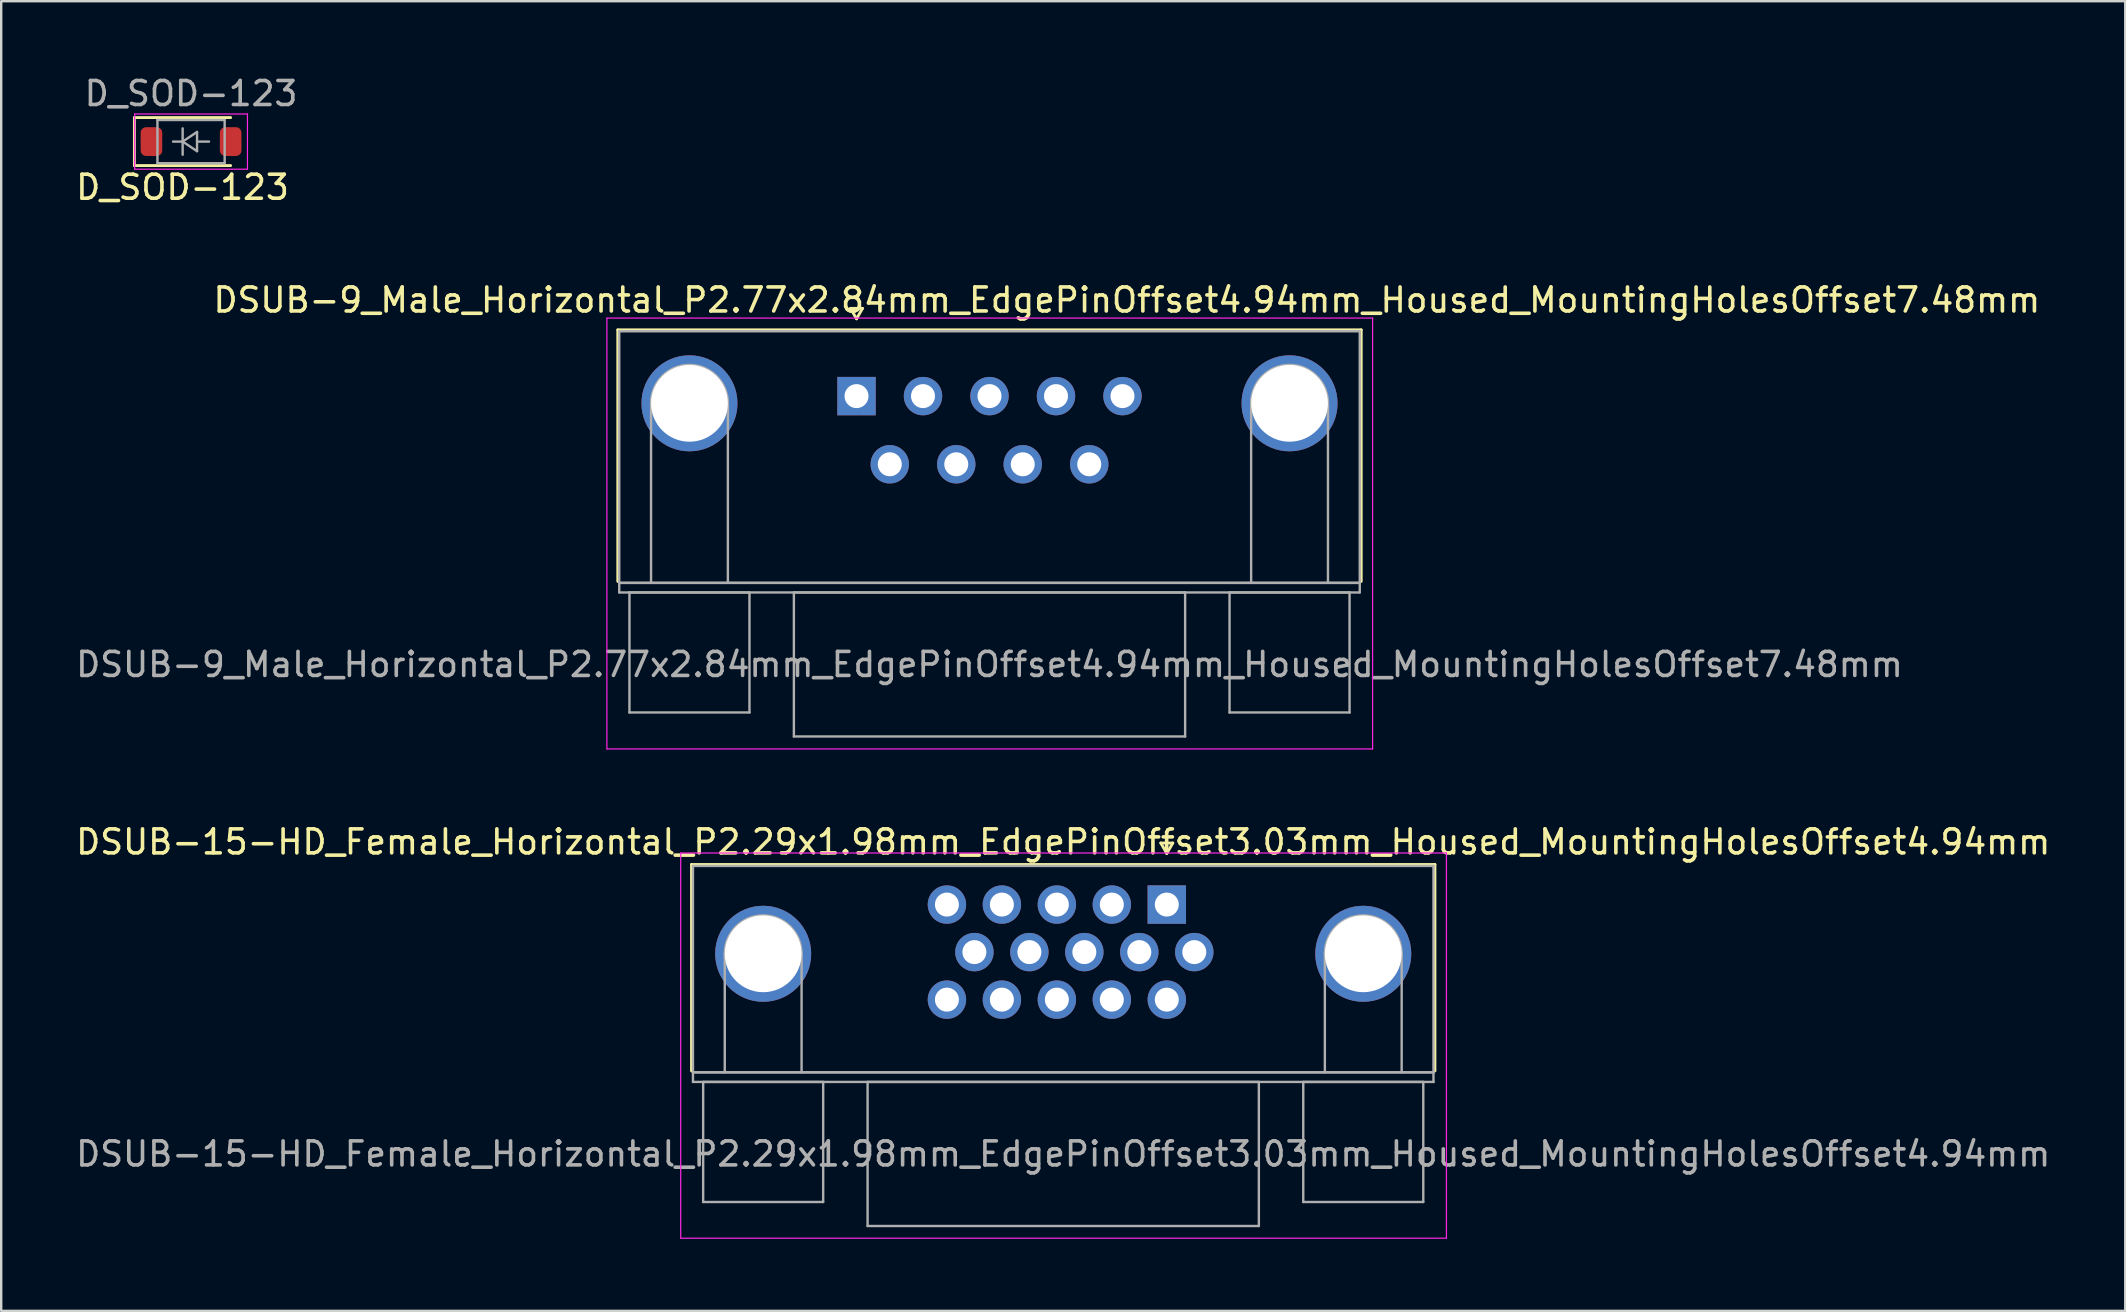
<source format=kicad_pcb>
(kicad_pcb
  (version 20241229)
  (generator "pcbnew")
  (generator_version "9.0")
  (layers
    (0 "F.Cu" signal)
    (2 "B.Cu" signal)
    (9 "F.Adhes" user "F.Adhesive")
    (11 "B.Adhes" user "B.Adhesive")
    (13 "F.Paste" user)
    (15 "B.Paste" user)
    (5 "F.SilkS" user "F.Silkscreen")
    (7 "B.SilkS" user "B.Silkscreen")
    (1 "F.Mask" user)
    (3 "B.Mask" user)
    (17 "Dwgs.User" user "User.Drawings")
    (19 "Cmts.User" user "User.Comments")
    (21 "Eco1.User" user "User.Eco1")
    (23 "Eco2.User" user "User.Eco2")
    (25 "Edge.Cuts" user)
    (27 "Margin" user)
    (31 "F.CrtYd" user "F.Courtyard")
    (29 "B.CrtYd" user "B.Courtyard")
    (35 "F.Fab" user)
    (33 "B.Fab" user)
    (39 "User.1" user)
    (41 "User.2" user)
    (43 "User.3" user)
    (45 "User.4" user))
  (footprint "D_SOD-123"
    (layer "F.Cu")
    (at 4.909 2.848)
    (property "Reference" "D_SOD-123" (at -0.355 1.905 0) (layer "F.SilkS") (effects (font (size 1 1) (thickness 0.15))))
    (attr smd)
    (fp_line (start -2.36 -1) (end -2.36 1) (stroke (width 0.12) (type solid)) (layer "F.SilkS"))
    (fp_line (start -2.36 -1) (end 1.65 -1) (stroke (width 0.12) (type solid)) (layer "F.SilkS"))
    (fp_line (start -2.36 1) (end 1.65 1) (stroke (width 0.12) (type solid)) (layer "F.SilkS"))
    (fp_line (start -2.35 -1.15) (end -2.35 1.15) (stroke (width 0.05) (type solid)) (layer "F.CrtYd"))
    (fp_line (start -2.35 -1.15) (end 2.35 -1.15) (stroke (width 0.05) (type solid)) (layer "F.CrtYd"))
    (fp_line (start 2.35 -1.15) (end 2.35 1.15) (stroke (width 0.05) (type solid)) (layer "F.CrtYd"))
    (fp_line (start 2.35 1.15) (end -2.35 1.15) (stroke (width 0.05) (type solid)) (layer "F.CrtYd"))
    (fp_line (start -1.4 -0.9) (end 1.4 -0.9) (stroke (width 0.1) (type solid)) (layer "F.Fab"))
    (fp_line (start -1.4 0.9) (end -1.4 -0.9) (stroke (width 0.1) (type solid)) (layer "F.Fab"))
    (fp_line (start -0.75 0) (end -0.35 0) (stroke (width 0.1) (type solid)) (layer "F.Fab"))
    (fp_line (start -0.35 0) (end -0.35 -0.55) (stroke (width 0.1) (type solid)) (layer "F.Fab"))
    (fp_line (start -0.35 0) (end -0.35 0.55) (stroke (width 0.1) (type solid)) (layer "F.Fab"))
    (fp_line (start -0.35 0) (end 0.25 -0.4) (stroke (width 0.1) (type solid)) (layer "F.Fab"))
    (fp_line (start 0.25 -0.4) (end 0.25 0.4) (stroke (width 0.1) (type solid)) (layer "F.Fab"))
    (fp_line (start 0.25 0) (end 0.75 0) (stroke (width 0.1) (type solid)) (layer "F.Fab"))
    (fp_line (start 0.25 0.4) (end -0.35 0) (stroke (width 0.1) (type solid)) (layer "F.Fab"))
    (fp_line (start 1.4 -0.9) (end 1.4 0.9) (stroke (width 0.1) (type solid)) (layer "F.Fab"))
    (fp_line (start 1.4 0.9) (end -1.4 0.9) (stroke (width 0.1) (type solid)) (layer "F.Fab"))
    (fp_text user "${REFERENCE}" (at 0 -2 0) (layer "F.Fab") (effects (font (size 1 1) (thickness 0.15))))
    (pad "1" smd roundrect (at -1.65 0) (size 0.9 1.2) (layers "F.Cu" "F.Mask" "F.Paste") (roundrect_rratio 0.25))
    (pad "2" smd roundrect (at 1.65 0) (size 0.9 1.2) (layers "F.Cu" "F.Mask" "F.Paste") (roundrect_rratio 0.25)))
  (footprint "DSUB-9_Male_Horizontal_P2.77x2.84mm_EdgePinOffset4.94mm_Housed_MountingHolesOffset7.48mm"
    (layer "F.Cu")
    (at 32.633 13.452)
    (property "Reference" "DSUB-9_Male_Horizontal_P2.77x2.84mm_EdgePinOffset4.94mm_Housed_MountingHolesOffset7.48mm" (at 11.262 -4.002 0) (layer "F.SilkS") (effects (font (size 1 1) (thickness 0.15))))
    (attr through_hole)
    (fp_line (start -9.945 -2.76) (end 21.025 -2.76) (stroke (width 0.12) (type solid)) (layer "F.SilkS"))
    (fp_line (start -9.945 7.72) (end -9.945 -2.76) (stroke (width 0.12) (type solid)) (layer "F.SilkS"))
    (fp_line (start -0.25 -3.654) (end 0.25 -3.654) (stroke (width 0.12) (type solid)) (layer "F.SilkS"))
    (fp_line (start 0 -3.221) (end -0.25 -3.654) (stroke (width 0.12) (type solid)) (layer "F.SilkS"))
    (fp_line (start 0.25 -3.654) (end 0 -3.221) (stroke (width 0.12) (type solid)) (layer "F.SilkS"))
    (fp_line (start 21.025 -2.76) (end 21.025 7.72) (stroke (width 0.12) (type solid)) (layer "F.SilkS"))
    (fp_line (start -10.4 -3.25) (end -10.4 14.7) (stroke (width 0.05) (type solid)) (layer "F.CrtYd"))
    (fp_line (start -10.4 14.7) (end 21.5 14.7) (stroke (width 0.05) (type solid)) (layer "F.CrtYd"))
    (fp_line (start 21.5 -3.25) (end -10.4 -3.25) (stroke (width 0.05) (type solid)) (layer "F.CrtYd"))
    (fp_line (start 21.5 14.7) (end 21.5 -3.25) (stroke (width 0.05) (type solid)) (layer "F.CrtYd"))
    (fp_line (start -9.885 -2.7) (end -9.885 7.78) (stroke (width 0.1) (type solid)) (layer "F.Fab"))
    (fp_line (start -9.885 7.78) (end -9.885 8.18) (stroke (width 0.1) (type solid)) (layer "F.Fab"))
    (fp_line (start -9.885 7.78) (end 20.965 7.78) (stroke (width 0.1) (type solid)) (layer "F.Fab"))
    (fp_line (start -9.885 8.18) (end 20.965 8.18) (stroke (width 0.1) (type solid)) (layer "F.Fab"))
    (fp_line (start -9.46 8.18) (end -9.46 13.18) (stroke (width 0.1) (type solid)) (layer "F.Fab"))
    (fp_line (start -9.46 13.18) (end -4.46 13.18) (stroke (width 0.1) (type solid)) (layer "F.Fab"))
    (fp_line (start -8.56 7.78) (end -8.56 0.3) (stroke (width 0.1) (type solid)) (layer "F.Fab"))
    (fp_line (start -5.36 7.78) (end -5.36 0.3) (stroke (width 0.1) (type solid)) (layer "F.Fab"))
    (fp_line (start -4.46 8.18) (end -9.46 8.18) (stroke (width 0.1) (type solid)) (layer "F.Fab"))
    (fp_line (start -4.46 13.18) (end -4.46 8.18) (stroke (width 0.1) (type solid)) (layer "F.Fab"))
    (fp_line (start -2.61 8.18) (end -2.61 14.18) (stroke (width 0.1) (type solid)) (layer "F.Fab"))
    (fp_line (start -2.61 14.18) (end 13.69 14.18) (stroke (width 0.1) (type solid)) (layer "F.Fab"))
    (fp_line (start 13.69 8.18) (end -2.61 8.18) (stroke (width 0.1) (type solid)) (layer "F.Fab"))
    (fp_line (start 13.69 14.18) (end 13.69 8.18) (stroke (width 0.1) (type solid)) (layer "F.Fab"))
    (fp_line (start 15.54 8.18) (end 15.54 13.18) (stroke (width 0.1) (type solid)) (layer "F.Fab"))
    (fp_line (start 15.54 13.18) (end 20.54 13.18) (stroke (width 0.1) (type solid)) (layer "F.Fab"))
    (fp_line (start 16.44 7.78) (end 16.44 0.3) (stroke (width 0.1) (type solid)) (layer "F.Fab"))
    (fp_line (start 19.64 7.78) (end 19.64 0.3) (stroke (width 0.1) (type solid)) (layer "F.Fab"))
    (fp_line (start 20.54 8.18) (end 15.54 8.18) (stroke (width 0.1) (type solid)) (layer "F.Fab"))
    (fp_line (start 20.54 13.18) (end 20.54 8.18) (stroke (width 0.1) (type solid)) (layer "F.Fab"))
    (fp_line (start 20.965 -2.7) (end -9.885 -2.7) (stroke (width 0.1) (type solid)) (layer "F.Fab"))
    (fp_line (start 20.965 7.78) (end -9.885 7.78) (stroke (width 0.1) (type solid)) (layer "F.Fab"))
    (fp_line (start 20.965 7.78) (end 20.965 -2.7) (stroke (width 0.1) (type solid)) (layer "F.Fab"))
    (fp_line (start 20.965 8.18) (end 20.965 7.78) (stroke (width 0.1) (type solid)) (layer "F.Fab"))
    (fp_arc (start -8.56 0.3) (mid -6.96 -1.3) (end -5.36 0.3) (stroke (width 0.1) (type solid)) (layer "F.Fab"))
    (fp_arc (start 16.44 0.3) (mid 18.04 -1.3) (end 19.64 0.3) (stroke (width 0.1) (type solid)) (layer "F.Fab"))
    (fp_text user "${REFERENCE}" (at 5.54 11.18 0) (layer "F.Fab") (effects (font (size 1 1) (thickness 0.15))))
    (pad "0" thru_hole circle (at -6.96 0.3) (size 4 4) (drill 3.2) (layers "*.Cu" "*.Mask"))
    (pad "0" thru_hole circle (at 18.04 0.3) (size 4 4) (drill 3.2) (layers "*.Cu" "*.Mask"))
    (pad "1" thru_hole rect (at 0 0) (size 1.6 1.6) (drill 1) (layers "*.Cu" "*.Mask"))
    (pad "2" thru_hole circle (at 2.77 0) (size 1.6 1.6) (drill 1) (layers "*.Cu" "*.Mask"))
    (pad "3" thru_hole circle (at 5.54 0) (size 1.6 1.6) (drill 1) (layers "*.Cu" "*.Mask"))
    (pad "4" thru_hole circle (at 8.31 0) (size 1.6 1.6) (drill 1) (layers "*.Cu" "*.Mask"))
    (pad "5" thru_hole circle (at 11.08 0) (size 1.6 1.6) (drill 1) (layers "*.Cu" "*.Mask"))
    (pad "6" thru_hole circle (at 1.385 2.84) (size 1.6 1.6) (drill 1) (layers "*.Cu" "*.Mask"))
    (pad "7" thru_hole circle (at 4.155 2.84) (size 1.6 1.6) (drill 1) (layers "*.Cu" "*.Mask"))
    (pad "8" thru_hole circle (at 6.925 2.84) (size 1.6 1.6) (drill 1) (layers "*.Cu" "*.Mask"))
    (pad "9" thru_hole circle (at 9.695 2.84) (size 1.6 1.6) (drill 1) (layers "*.Cu" "*.Mask")))
  (footprint "DSUB-15-HD_Female_Horizontal_P2.29x1.98mm_EdgePinOffset3.03mm_Housed_MountingHolesOffset4.94mm"
    (layer "F.Cu")
    (at 45.559 34.635)
    (property "Reference" "DSUB-15-HD_Female_Horizontal_P2.29x1.98mm_EdgePinOffset3.03mm_Housed_MountingHolesOffset4.94mm" (at -4.315 -2.61 0) (layer "F.SilkS") (effects (font (size 1 1) (thickness 0.15))))
    (attr through_hole)
    (fp_line (start -19.8 -1.67) (end 11.17 -1.67) (stroke (width 0.12) (type solid)) (layer "F.SilkS"))
    (fp_line (start -19.8 6.93) (end -19.8 -1.67) (stroke (width 0.12) (type solid)) (layer "F.SilkS"))
    (fp_line (start -0.25 -2.564) (end 0.25 -2.564) (stroke (width 0.12) (type solid)) (layer "F.SilkS"))
    (fp_line (start 0 -2.131) (end -0.25 -2.564) (stroke (width 0.12) (type solid)) (layer "F.SilkS"))
    (fp_line (start 0.25 -2.564) (end 0 -2.131) (stroke (width 0.12) (type solid)) (layer "F.SilkS"))
    (fp_line (start 11.17 -1.67) (end 11.17 6.93) (stroke (width 0.12) (type solid)) (layer "F.SilkS"))
    (fp_line (start -20.25 -2.15) (end -20.25 13.9) (stroke (width 0.05) (type solid)) (layer "F.CrtYd"))
    (fp_line (start -20.25 13.9) (end 11.65 13.9) (stroke (width 0.05) (type solid)) (layer "F.CrtYd"))
    (fp_line (start 11.65 -2.15) (end -20.25 -2.15) (stroke (width 0.05) (type solid)) (layer "F.CrtYd"))
    (fp_line (start 11.65 13.9) (end 11.65 -2.15) (stroke (width 0.05) (type solid)) (layer "F.CrtYd"))
    (fp_line (start -19.74 -1.61) (end -19.74 6.99) (stroke (width 0.1) (type solid)) (layer "F.Fab"))
    (fp_line (start -19.74 6.99) (end -19.74 7.39) (stroke (width 0.1) (type solid)) (layer "F.Fab"))
    (fp_line (start -19.74 6.99) (end 11.11 6.99) (stroke (width 0.1) (type solid)) (layer "F.Fab"))
    (fp_line (start -19.74 7.39) (end 11.11 7.39) (stroke (width 0.1) (type solid)) (layer "F.Fab"))
    (fp_line (start -19.315 7.39) (end -19.315 12.39) (stroke (width 0.1) (type solid)) (layer "F.Fab"))
    (fp_line (start -19.315 12.39) (end -14.315 12.39) (stroke (width 0.1) (type solid)) (layer "F.Fab"))
    (fp_line (start -18.415 6.99) (end -18.415 2.05) (stroke (width 0.1) (type solid)) (layer "F.Fab"))
    (fp_line (start -15.215 6.99) (end -15.215 2.05) (stroke (width 0.1) (type solid)) (layer "F.Fab"))
    (fp_line (start -14.315 7.39) (end -19.315 7.39) (stroke (width 0.1) (type solid)) (layer "F.Fab"))
    (fp_line (start -14.315 12.39) (end -14.315 7.39) (stroke (width 0.1) (type solid)) (layer "F.Fab"))
    (fp_line (start -12.465 7.39) (end -12.465 13.39) (stroke (width 0.1) (type solid)) (layer "F.Fab"))
    (fp_line (start -12.465 13.39) (end 3.835 13.39) (stroke (width 0.1) (type solid)) (layer "F.Fab"))
    (fp_line (start 3.835 7.39) (end -12.465 7.39) (stroke (width 0.1) (type solid)) (layer "F.Fab"))
    (fp_line (start 3.835 13.39) (end 3.835 7.39) (stroke (width 0.1) (type solid)) (layer "F.Fab"))
    (fp_line (start 5.685 7.39) (end 5.685 12.39) (stroke (width 0.1) (type solid)) (layer "F.Fab"))
    (fp_line (start 5.685 12.39) (end 10.685 12.39) (stroke (width 0.1) (type solid)) (layer "F.Fab"))
    (fp_line (start 6.585 6.99) (end 6.585 2.05) (stroke (width 0.1) (type solid)) (layer "F.Fab"))
    (fp_line (start 9.785 6.99) (end 9.785 2.05) (stroke (width 0.1) (type solid)) (layer "F.Fab"))
    (fp_line (start 10.685 7.39) (end 5.685 7.39) (stroke (width 0.1) (type solid)) (layer "F.Fab"))
    (fp_line (start 10.685 12.39) (end 10.685 7.39) (stroke (width 0.1) (type solid)) (layer "F.Fab"))
    (fp_line (start 11.11 -1.61) (end -19.74 -1.61) (stroke (width 0.1) (type solid)) (layer "F.Fab"))
    (fp_line (start 11.11 6.99) (end -19.74 6.99) (stroke (width 0.1) (type solid)) (layer "F.Fab"))
    (fp_line (start 11.11 6.99) (end 11.11 -1.61) (stroke (width 0.1) (type solid)) (layer "F.Fab"))
    (fp_line (start 11.11 7.39) (end 11.11 6.99) (stroke (width 0.1) (type solid)) (layer "F.Fab"))
    (fp_arc (start -18.415 2.05) (mid -16.815 0.45) (end -15.215 2.05) (stroke (width 0.1) (type solid)) (layer "F.Fab"))
    (fp_arc (start 6.585 2.05) (mid 8.185 0.45) (end 9.785 2.05) (stroke (width 0.1) (type solid)) (layer "F.Fab"))
    (fp_text user "${REFERENCE}" (at -4.315 10.39 0) (layer "F.Fab") (effects (font (size 1 1) (thickness 0.15))))
    (pad "0" thru_hole circle (at -16.815 2.05) (size 4 4) (drill 3.2) (layers "*.Cu" "*.Mask"))
    (pad "0" thru_hole circle (at 8.185 2.05) (size 4 4) (drill 3.2) (layers "*.Cu" "*.Mask"))
    (pad "1" thru_hole rect (at 0 0) (size 1.6 1.6) (drill 1) (layers "*.Cu" "*.Mask"))
    (pad "2" thru_hole circle (at -2.29 0) (size 1.6 1.6) (drill 1) (layers "*.Cu" "*.Mask"))
    (pad "3" thru_hole circle (at -4.58 0) (size 1.6 1.6) (drill 1) (layers "*.Cu" "*.Mask"))
    (pad "4" thru_hole circle (at -6.87 0) (size 1.6 1.6) (drill 1) (layers "*.Cu" "*.Mask"))
    (pad "5" thru_hole circle (at -9.16 0) (size 1.6 1.6) (drill 1) (layers "*.Cu" "*.Mask"))
    (pad "6" thru_hole circle (at 1.145 1.98) (size 1.6 1.6) (drill 1) (layers "*.Cu" "*.Mask"))
    (pad "7" thru_hole circle (at -1.145 1.98) (size 1.6 1.6) (drill 1) (layers "*.Cu" "*.Mask"))
    (pad "8" thru_hole circle (at -3.435 1.98) (size 1.6 1.6) (drill 1) (layers "*.Cu" "*.Mask"))
    (pad "9" thru_hole circle (at -5.725 1.98) (size 1.6 1.6) (drill 1) (layers "*.Cu" "*.Mask"))
    (pad "10" thru_hole circle (at -8.015 1.98) (size 1.6 1.6) (drill 1) (layers "*.Cu" "*.Mask"))
    (pad "11" thru_hole circle (at 0 3.96) (size 1.6 1.6) (drill 1) (layers "*.Cu" "*.Mask"))
    (pad "12" thru_hole circle (at -2.29 3.96) (size 1.6 1.6) (drill 1) (layers "*.Cu" "*.Mask"))
    (pad "13" thru_hole circle (at -4.58 3.96) (size 1.6 1.6) (drill 1) (layers "*.Cu" "*.Mask"))
    (pad "14" thru_hole circle (at -6.87 3.96) (size 1.6 1.6) (drill 1) (layers "*.Cu" "*.Mask"))
    (pad "15" thru_hole circle (at -9.16 3.96) (size 1.6 1.6) (drill 1) (layers "*.Cu" "*.Mask")))
  (gr_rect
    (start -3 -3)
    (end 85.488 51.56)
    (stroke (width 0.1) (type default))
    (fill no)
    (layer "Edge.Cuts")))
</source>
